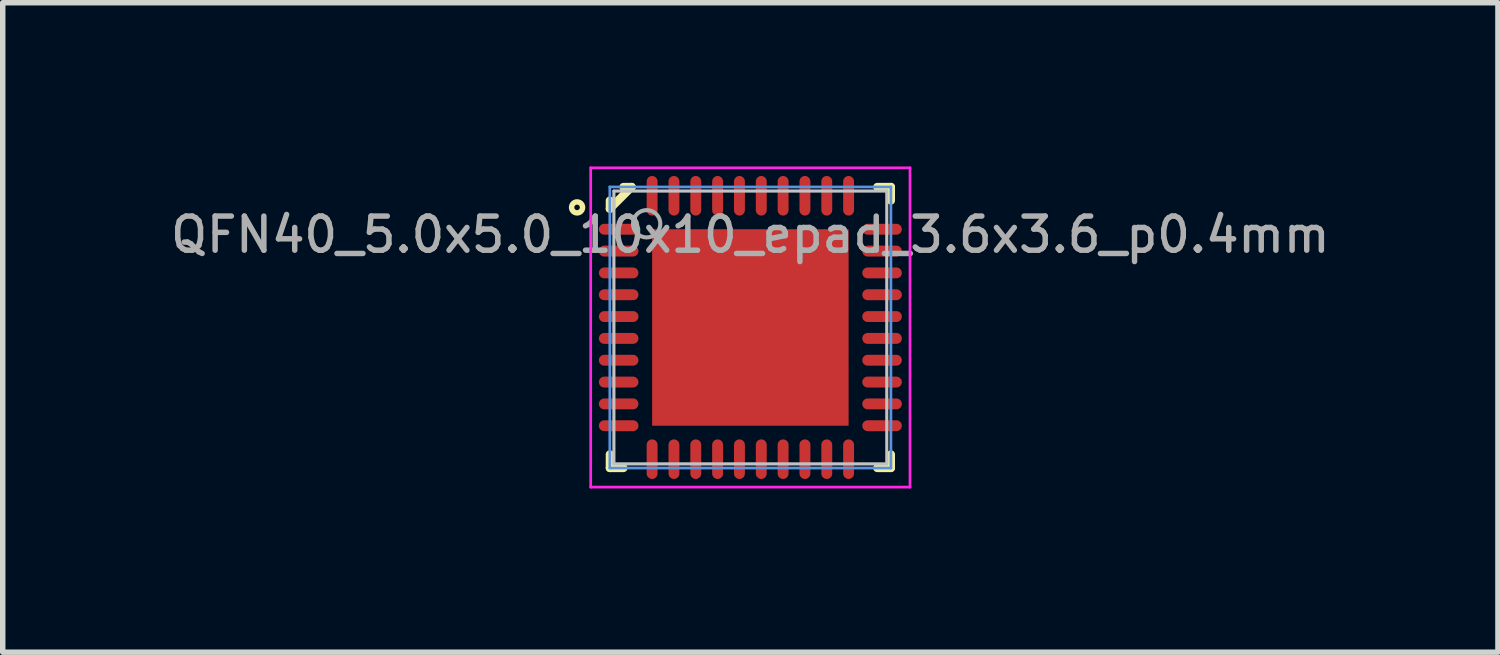
<source format=kicad_pcb>
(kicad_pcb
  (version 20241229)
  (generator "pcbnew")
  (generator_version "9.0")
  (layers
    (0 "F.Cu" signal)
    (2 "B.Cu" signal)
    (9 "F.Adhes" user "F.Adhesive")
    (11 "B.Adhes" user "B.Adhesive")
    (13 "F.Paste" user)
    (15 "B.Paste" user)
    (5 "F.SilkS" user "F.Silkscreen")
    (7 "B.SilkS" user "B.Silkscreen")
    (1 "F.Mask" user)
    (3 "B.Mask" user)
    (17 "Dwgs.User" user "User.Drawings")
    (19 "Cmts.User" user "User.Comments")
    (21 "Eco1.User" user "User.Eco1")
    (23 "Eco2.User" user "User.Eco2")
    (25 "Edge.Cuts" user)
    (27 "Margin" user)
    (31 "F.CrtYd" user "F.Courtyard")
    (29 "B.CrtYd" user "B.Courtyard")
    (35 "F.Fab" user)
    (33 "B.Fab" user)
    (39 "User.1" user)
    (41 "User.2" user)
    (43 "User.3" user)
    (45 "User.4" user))
  (footprint "QFN40_5.0x5.0_10x10_epad_3.6x3.6_p0.4mm"
    (layer "F.Cu")
    (at 10.698 2.95)
    (property "Reference" "QFN40_5.0x5.0_10x10_epad_3.6x3.6_p0.4mm" (at 0 -1.7 0) (layer "F.Fab") (effects (font (size 0.625 0.625) (thickness 0.1))))
    (attr through_hole)
    (fp_line (start -2.575 -2.175) (end -2.575 -2.325) (stroke (width 0.15) (type solid)) (layer "F.SilkS"))
    (fp_line (start -2.575 -2.175) (end -2.175 -2.575) (stroke (width 0.15) (type solid)) (layer "F.SilkS"))
    (fp_line (start -2.575 2.575) (end -2.575 2.325) (stroke (width 0.15) (type solid)) (layer "F.SilkS"))
    (fp_line (start -2.575 2.575) (end -2.325 2.575) (stroke (width 0.15) (type solid)) (layer "F.SilkS"))
    (fp_line (start -2.325 -2.575) (end -2.175 -2.575) (stroke (width 0.15) (type solid)) (layer "F.SilkS"))
    (fp_line (start 2.575 -2.575) (end 2.325 -2.575) (stroke (width 0.15) (type solid)) (layer "F.SilkS"))
    (fp_line (start 2.575 -2.575) (end 2.575 -2.325) (stroke (width 0.15) (type solid)) (layer "F.SilkS"))
    (fp_line (start 2.575 2.575) (end 2.325 2.575) (stroke (width 0.15) (type solid)) (layer "F.SilkS"))
    (fp_line (start 2.575 2.575) (end 2.575 2.325) (stroke (width 0.15) (type solid)) (layer "F.SilkS"))
    (fp_circle (center -3.175 -2.2) (end -3.104 -2.129) (stroke (width 0.1) (type solid)) (fill no) (layer "F.SilkS"))
    (fp_line (start -2.5 -2.5) (end -2.5 2.5) (stroke (width 0.05) (type solid)) (layer "Dwgs.User"))
    (fp_line (start -2.5 -2.5) (end 2.5 -2.5) (stroke (width 0.05) (type solid)) (layer "Dwgs.User"))
    (fp_line (start -2.5 2.5) (end 2.5 2.5) (stroke (width 0.05) (type solid)) (layer "Dwgs.User"))
    (fp_line (start 2.5 -2.5) (end 2.5 2.5) (stroke (width 0.05) (type solid)) (layer "Dwgs.User"))
    (fp_line (start -2.575 -2.575) (end -2.575 2.575) (stroke (width 0.05) (type solid)) (layer "Cmts.User"))
    (fp_line (start -2.575 -2.575) (end 2.575 -2.575) (stroke (width 0.05) (type solid)) (layer "Cmts.User"))
    (fp_line (start -2.575 2.575) (end 2.575 2.575) (stroke (width 0.05) (type solid)) (layer "Cmts.User"))
    (fp_line (start 2.575 -2.575) (end 2.575 2.575) (stroke (width 0.05) (type solid)) (layer "Cmts.User"))
    (fp_line (start -2.425 -2.425) (end -2.425 2.425) (stroke (width 0.05) (type solid)) (layer "Eco1.User"))
    (fp_line (start -2.425 -2.425) (end 2.425 -2.425) (stroke (width 0.05) (type solid)) (layer "Eco1.User"))
    (fp_line (start -2.425 2.425) (end 2.425 2.425) (stroke (width 0.05) (type solid)) (layer "Eco1.User"))
    (fp_line (start 2.425 -2.425) (end 2.425 2.425) (stroke (width 0.05) (type solid)) (layer "Eco1.User"))
    (fp_line (start -2.925 -2.925) (end -2.925 2.925) (stroke (width 0.05) (type solid)) (layer "F.CrtYd"))
    (fp_line (start -2.925 -2.925) (end 2.925 -2.925) (stroke (width 0.05) (type solid)) (layer "F.CrtYd"))
    (fp_line (start -2.925 2.925) (end 2.925 2.925) (stroke (width 0.05) (type solid)) (layer "F.CrtYd"))
    (fp_line (start 2.925 -2.925) (end 2.925 2.925) (stroke (width 0.05) (type solid)) (layer "F.CrtYd"))
    (fp_line (start -2.5 -2.5) (end -2.5 2.5) (stroke (width 0.05) (type solid)) (layer "F.Fab"))
    (fp_line (start -2.5 -2.5) (end 2.5 -2.5) (stroke (width 0.05) (type solid)) (layer "F.Fab"))
    (fp_line (start -2.5 2.5) (end 2.5 2.5) (stroke (width 0.05) (type solid)) (layer "F.Fab"))
    (fp_line (start 2.5 -2.5) (end 2.5 2.5) (stroke (width 0.05) (type solid)) (layer "F.Fab"))
    (fp_circle (center -1.9 -1.9) (end -1.723 -1.723) (stroke (width 0.075) (type solid)) (fill no) (layer "F.Fab"))
    (pad "1" smd oval (at -2.413 -1.8 180) (size 0.725 0.2) (layers "F.Cu" "F.Mask" "F.Paste"))
    (pad "2" smd oval (at -2.413 -1.4 180) (size 0.725 0.2) (layers "F.Cu" "F.Mask" "F.Paste"))
    (pad "3" smd oval (at -2.413 -1 180) (size 0.725 0.2) (layers "F.Cu" "F.Mask" "F.Paste"))
    (pad "4" smd oval (at -2.413 -0.6 180) (size 0.725 0.2) (layers "F.Cu" "F.Mask" "F.Paste"))
    (pad "5" smd oval (at -2.413 -0.2 180) (size 0.725 0.2) (layers "F.Cu" "F.Mask" "F.Paste"))
    (pad "6" smd oval (at -2.413 0.2 180) (size 0.725 0.2) (layers "F.Cu" "F.Mask" "F.Paste"))
    (pad "7" smd oval (at -2.413 0.6 180) (size 0.725 0.2) (layers "F.Cu" "F.Mask" "F.Paste"))
    (pad "8" smd oval (at -2.413 1 180) (size 0.725 0.2) (layers "F.Cu" "F.Mask" "F.Paste"))
    (pad "9" smd oval (at -2.413 1.4 180) (size 0.725 0.2) (layers "F.Cu" "F.Mask" "F.Paste"))
    (pad "10" smd oval (at -2.413 1.8 180) (size 0.725 0.2) (layers "F.Cu" "F.Mask" "F.Paste"))
    (pad "11" smd oval (at -1.8 2.413 270) (size 0.725 0.2) (layers "F.Cu" "F.Mask" "F.Paste"))
    (pad "12" smd oval (at -1.4 2.413 270) (size 0.725 0.2) (layers "F.Cu" "F.Mask" "F.Paste"))
    (pad "13" smd oval (at -1 2.413 270) (size 0.725 0.2) (layers "F.Cu" "F.Mask" "F.Paste"))
    (pad "14" smd oval (at -0.6 2.413 270) (size 0.725 0.2) (layers "F.Cu" "F.Mask" "F.Paste"))
    (pad "15" smd oval (at -0.2 2.413 270) (size 0.725 0.2) (layers "F.Cu" "F.Mask" "F.Paste"))
    (pad "16" smd oval (at 0.2 2.413 270) (size 0.725 0.2) (layers "F.Cu" "F.Mask" "F.Paste"))
    (pad "17" smd oval (at 0.6 2.413 270) (size 0.725 0.2) (layers "F.Cu" "F.Mask" "F.Paste"))
    (pad "18" smd oval (at 1 2.413 270) (size 0.725 0.2) (layers "F.Cu" "F.Mask" "F.Paste"))
    (pad "19" smd oval (at 1.4 2.413 270) (size 0.725 0.2) (layers "F.Cu" "F.Mask" "F.Paste"))
    (pad "20" smd oval (at 1.8 2.413 270) (size 0.725 0.2) (layers "F.Cu" "F.Mask" "F.Paste"))
    (pad "21" smd oval (at 2.413 1.8) (size 0.725 0.2) (layers "F.Cu" "F.Mask" "F.Paste"))
    (pad "22" smd oval (at 2.413 1.4) (size 0.725 0.2) (layers "F.Cu" "F.Mask" "F.Paste"))
    (pad "23" smd oval (at 2.413 1) (size 0.725 0.2) (layers "F.Cu" "F.Mask" "F.Paste"))
    (pad "24" smd oval (at 2.413 0.6) (size 0.725 0.2) (layers "F.Cu" "F.Mask" "F.Paste"))
    (pad "25" smd oval (at 2.413 0.2) (size 0.725 0.2) (layers "F.Cu" "F.Mask" "F.Paste"))
    (pad "26" smd oval (at 2.413 -0.2) (size 0.725 0.2) (layers "F.Cu" "F.Mask" "F.Paste"))
    (pad "27" smd oval (at 2.413 -0.6) (size 0.725 0.2) (layers "F.Cu" "F.Mask" "F.Paste"))
    (pad "28" smd oval (at 2.413 -1) (size 0.725 0.2) (layers "F.Cu" "F.Mask" "F.Paste"))
    (pad "29" smd oval (at 2.413 -1.4) (size 0.725 0.2) (layers "F.Cu" "F.Mask" "F.Paste"))
    (pad "30" smd oval (at 2.413 -1.8) (size 0.725 0.2) (layers "F.Cu" "F.Mask" "F.Paste"))
    (pad "31" smd oval (at 1.8 -2.413 90) (size 0.725 0.2) (layers "F.Cu" "F.Mask" "F.Paste"))
    (pad "32" smd oval (at 1.4 -2.413 90) (size 0.725 0.2) (layers "F.Cu" "F.Mask" "F.Paste"))
    (pad "33" smd oval (at 1 -2.413 90) (size 0.725 0.2) (layers "F.Cu" "F.Mask" "F.Paste"))
    (pad "34" smd oval (at 0.6 -2.413 90) (size 0.725 0.2) (layers "F.Cu" "F.Mask" "F.Paste"))
    (pad "35" smd oval (at 0.2 -2.413 90) (size 0.725 0.2) (layers "F.Cu" "F.Mask" "F.Paste"))
    (pad "36" smd oval (at -0.2 -2.413 90) (size 0.725 0.2) (layers "F.Cu" "F.Mask" "F.Paste"))
    (pad "37" smd oval (at -0.6 -2.413 90) (size 0.725 0.2) (layers "F.Cu" "F.Mask" "F.Paste"))
    (pad "38" smd oval (at -1 -2.413 90) (size 0.725 0.2) (layers "F.Cu" "F.Mask" "F.Paste"))
    (pad "39" smd oval (at -1.4 -2.413 90) (size 0.725 0.2) (layers "F.Cu" "F.Mask" "F.Paste"))
    (pad "40" smd oval (at -1.8 -2.413 90) (size 0.725 0.2) (layers "F.Cu" "F.Mask" "F.Paste"))
    (pad "41" smd rect (at 0 0) (size 3.6 3.6) (layers "F.Cu" "F.Mask" "F.Paste")))
  (gr_rect
    (start -3 -3)
    (end 24.395 8.9)
    (stroke (width 0.1) (type default))
    (fill no)
    (layer "Edge.Cuts")))
</source>
